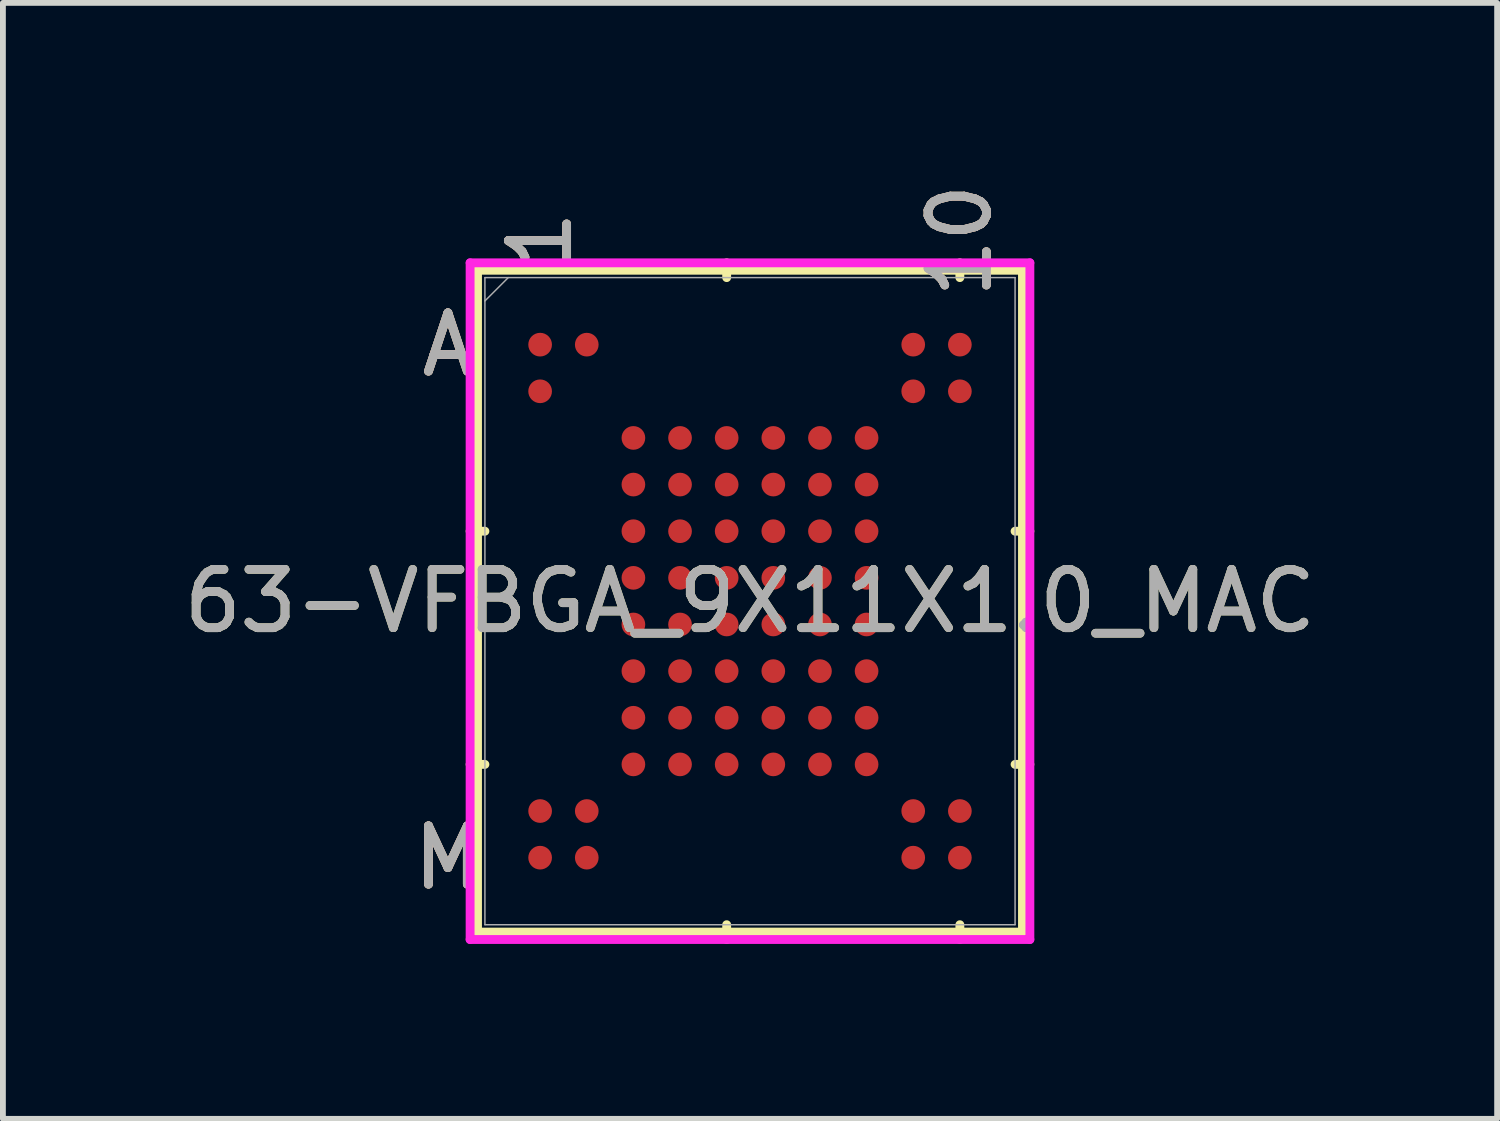
<source format=kicad_pcb>
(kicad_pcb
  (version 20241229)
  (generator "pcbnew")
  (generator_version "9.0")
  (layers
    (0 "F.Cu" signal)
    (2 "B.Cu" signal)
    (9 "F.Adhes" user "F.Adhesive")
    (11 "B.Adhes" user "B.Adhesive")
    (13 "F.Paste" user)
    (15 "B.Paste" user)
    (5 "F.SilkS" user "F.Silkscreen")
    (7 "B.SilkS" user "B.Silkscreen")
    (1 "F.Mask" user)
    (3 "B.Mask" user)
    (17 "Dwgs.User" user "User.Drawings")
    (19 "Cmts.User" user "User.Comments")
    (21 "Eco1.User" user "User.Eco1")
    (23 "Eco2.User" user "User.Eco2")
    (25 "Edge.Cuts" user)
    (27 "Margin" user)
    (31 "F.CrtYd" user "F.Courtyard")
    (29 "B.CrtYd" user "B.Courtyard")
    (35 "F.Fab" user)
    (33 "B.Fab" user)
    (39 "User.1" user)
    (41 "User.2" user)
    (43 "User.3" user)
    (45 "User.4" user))
  (footprint "63-VFBGA_9X11X1.0_MAC"
    (layer "F.Cu")
    (at 9.815 7.262)
    (property "Reference" "63-VFBGA_9X11X1.0_MAC" (at 0 0 0) (unlocked yes) (layer "F.SilkS") (effects (font (size 1 1) (thickness 0.15))))
    (attr smd)
    (fp_line (start -4.674 -5.677) (end -4.674 5.677) (stroke (width 0.152) (type solid)) (layer "F.SilkS"))
    (fp_line (start -4.674 5.677) (end 4.674 5.677) (stroke (width 0.152) (type solid)) (layer "F.SilkS"))
    (fp_line (start -4.547 -1.2) (end -4.801 -1.2) (stroke (width 0.152) (type solid)) (layer "F.SilkS"))
    (fp_line (start -4.547 2.8) (end -4.801 2.8) (stroke (width 0.152) (type solid)) (layer "F.SilkS"))
    (fp_line (start -0.4 -5.55) (end -0.4 -5.804) (stroke (width 0.152) (type solid)) (layer "F.SilkS"))
    (fp_line (start -0.4 5.55) (end -0.4 5.804) (stroke (width 0.152) (type solid)) (layer "F.SilkS"))
    (fp_line (start 3.6 -5.55) (end 3.6 -5.804) (stroke (width 0.152) (type solid)) (layer "F.SilkS"))
    (fp_line (start 3.6 5.55) (end 3.6 5.804) (stroke (width 0.152) (type solid)) (layer "F.SilkS"))
    (fp_line (start 4.547 -1.2) (end 4.801 -1.2) (stroke (width 0.152) (type solid)) (layer "F.SilkS"))
    (fp_line (start 4.547 2.8) (end 4.801 2.8) (stroke (width 0.152) (type solid)) (layer "F.SilkS"))
    (fp_line (start 4.674 -5.677) (end -4.674 -5.677) (stroke (width 0.152) (type solid)) (layer "F.SilkS"))
    (fp_line (start 4.674 5.677) (end 4.674 -5.677) (stroke (width 0.152) (type solid)) (layer "F.SilkS"))
    (fp_line (start -4.801 -5.804) (end 4.801 -5.804) (stroke (width 0.152) (type solid)) (layer "F.CrtYd"))
    (fp_line (start -4.801 5.804) (end -4.801 -5.804) (stroke (width 0.152) (type solid)) (layer "F.CrtYd"))
    (fp_line (start 4.801 -5.804) (end 4.801 5.804) (stroke (width 0.152) (type solid)) (layer "F.CrtYd"))
    (fp_line (start 4.801 5.804) (end -4.801 5.804) (stroke (width 0.152) (type solid)) (layer "F.CrtYd"))
    (fp_line (start -4.547 -5.55) (end -4.547 5.55) (stroke (width 0.025) (type solid)) (layer "F.Fab"))
    (fp_line (start -4.547 5.55) (end 4.547 5.55) (stroke (width 0.025) (type solid)) (layer "F.Fab"))
    (fp_line (start -4.147 -5.55) (end -4.547 -5.15) (stroke (width 0.025) (type solid)) (layer "F.Fab"))
    (fp_line (start 4.547 -5.55) (end -4.547 -5.55) (stroke (width 0.025) (type solid)) (layer "F.Fab"))
    (fp_line (start 4.547 5.55) (end 4.547 -5.55) (stroke (width 0.025) (type solid)) (layer "F.Fab"))
    (fp_text user "A" (at -5.182 -4.4 0) (unlocked yes) (layer "F.SilkS") (effects (font (size 1 1) (thickness 0.15))))
    (fp_text user "10" (at 3.6 -6.185 90) (unlocked yes) (layer "F.SilkS") (effects (font (size 1 1) (thickness 0.15))))
    (fp_text user "M" (at -5.182 4.4 0) (unlocked yes) (layer "F.SilkS") (effects (font (size 1 1) (thickness 0.15))))
    (fp_text user "1" (at -3.6 -6.185 90) (unlocked yes) (layer "F.SilkS") (effects (font (size 1 1) (thickness 0.15))))
    (fp_text user "10" (at 3.6 -6.185 90) (unlocked yes) (layer "B.SilkS") (effects (font (size 1 1) (thickness 0.15))))
    (fp_text user "M" (at -5.182 4.4 0) (unlocked yes) (layer "B.SilkS") (effects (font (size 1 1) (thickness 0.15))))
    (fp_text user "A" (at -5.182 -4.4 0) (unlocked yes) (layer "B.SilkS") (effects (font (size 1 1) (thickness 0.15))))
    (fp_text user "1" (at -3.6 -6.185 90) (unlocked yes) (layer "B.SilkS") (effects (font (size 1 1) (thickness 0.15))))
    (fp_text user "1" (at -3.6 -6.185 90) (unlocked yes) (layer "F.Fab") (effects (font (size 1 1) (thickness 0.15))))
    (fp_text user "${REFERENCE}" (at 0 0 0) (unlocked yes) (layer "F.Fab") (effects (font (size 1 1) (thickness 0.15))))
    (fp_text user "10" (at 3.6 -6.185 90) (unlocked yes) (layer "F.Fab") (effects (font (size 1 1) (thickness 0.15))))
    (fp_text user "M" (at -5.182 4.4 0) (unlocked yes) (layer "F.Fab") (effects (font (size 1 1) (thickness 0.15))))
    (fp_text user "A" (at -5.182 -4.4 0) (unlocked yes) (layer "F.Fab") (effects (font (size 1 1) (thickness 0.15))))
    (pad "A1" smd circle (at -3.6 -4.4) (size 0.406 0.406) (layers "F.Cu" "F.Mask" "F.Paste"))
    (pad "A2" smd circle (at -2.8 -4.4) (size 0.406 0.406) (layers "F.Cu" "F.Mask" "F.Paste"))
    (pad "A9" smd circle (at 2.8 -4.4) (size 0.406 0.406) (layers "F.Cu" "F.Mask" "F.Paste"))
    (pad "A10" smd circle (at 3.6 -4.4) (size 0.406 0.406) (layers "F.Cu" "F.Mask" "F.Paste"))
    (pad "B1" smd circle (at -3.6 -3.6) (size 0.406 0.406) (layers "F.Cu" "F.Mask" "F.Paste"))
    (pad "B9" smd circle (at 2.8 -3.6) (size 0.406 0.406) (layers "F.Cu" "F.Mask" "F.Paste"))
    (pad "B10" smd circle (at 3.6 -3.6) (size 0.406 0.406) (layers "F.Cu" "F.Mask" "F.Paste"))
    (pad "C3" smd circle (at -2 -2.8) (size 0.406 0.406) (layers "F.Cu" "F.Mask" "F.Paste"))
    (pad "C4" smd circle (at -1.2 -2.8) (size 0.406 0.406) (layers "F.Cu" "F.Mask" "F.Paste"))
    (pad "C5" smd circle (at -0.4 -2.8) (size 0.406 0.406) (layers "F.Cu" "F.Mask" "F.Paste"))
    (pad "C6" smd circle (at 0.4 -2.8) (size 0.406 0.406) (layers "F.Cu" "F.Mask" "F.Paste"))
    (pad "C7" smd circle (at 1.2 -2.8) (size 0.406 0.406) (layers "F.Cu" "F.Mask" "F.Paste"))
    (pad "C8" smd circle (at 2 -2.8) (size 0.406 0.406) (layers "F.Cu" "F.Mask" "F.Paste"))
    (pad "D3" smd circle (at -2 -2) (size 0.406 0.406) (layers "F.Cu" "F.Mask" "F.Paste"))
    (pad "D4" smd circle (at -1.2 -2) (size 0.406 0.406) (layers "F.Cu" "F.Mask" "F.Paste"))
    (pad "D5" smd circle (at -0.4 -2) (size 0.406 0.406) (layers "F.Cu" "F.Mask" "F.Paste"))
    (pad "D6" smd circle (at 0.4 -2) (size 0.406 0.406) (layers "F.Cu" "F.Mask" "F.Paste"))
    (pad "D7" smd circle (at 1.2 -2) (size 0.406 0.406) (layers "F.Cu" "F.Mask" "F.Paste"))
    (pad "D8" smd circle (at 2 -2) (size 0.406 0.406) (layers "F.Cu" "F.Mask" "F.Paste"))
    (pad "E3" smd circle (at -2 -1.2) (size 0.406 0.406) (layers "F.Cu" "F.Mask" "F.Paste"))
    (pad "E4" smd circle (at -1.2 -1.2) (size 0.406 0.406) (layers "F.Cu" "F.Mask" "F.Paste"))
    (pad "E5" smd circle (at -0.4 -1.2) (size 0.406 0.406) (layers "F.Cu" "F.Mask" "F.Paste"))
    (pad "E6" smd circle (at 0.4 -1.2) (size 0.406 0.406) (layers "F.Cu" "F.Mask" "F.Paste"))
    (pad "E7" smd circle (at 1.2 -1.2) (size 0.406 0.406) (layers "F.Cu" "F.Mask" "F.Paste"))
    (pad "E8" smd circle (at 2 -1.2) (size 0.406 0.406) (layers "F.Cu" "F.Mask" "F.Paste"))
    (pad "F3" smd circle (at -2 -0.4) (size 0.406 0.406) (layers "F.Cu" "F.Mask" "F.Paste"))
    (pad "F4" smd circle (at -1.2 -0.4) (size 0.406 0.406) (layers "F.Cu" "F.Mask" "F.Paste"))
    (pad "F5" smd circle (at -0.4 -0.4) (size 0.406 0.406) (layers "F.Cu" "F.Mask" "F.Paste"))
    (pad "F6" smd circle (at 0.4 -0.4) (size 0.406 0.406) (layers "F.Cu" "F.Mask" "F.Paste"))
    (pad "F7" smd circle (at 1.2 -0.4) (size 0.406 0.406) (layers "F.Cu" "F.Mask" "F.Paste"))
    (pad "F8" smd circle (at 2 -0.4) (size 0.406 0.406) (layers "F.Cu" "F.Mask" "F.Paste"))
    (pad "G3" smd circle (at -2 0.4) (size 0.406 0.406) (layers "F.Cu" "F.Mask" "F.Paste"))
    (pad "G4" smd circle (at -1.2 0.4) (size 0.406 0.406) (layers "F.Cu" "F.Mask" "F.Paste"))
    (pad "G5" smd circle (at -0.4 0.4) (size 0.406 0.406) (layers "F.Cu" "F.Mask" "F.Paste"))
    (pad "G6" smd circle (at 0.4 0.4) (size 0.406 0.406) (layers "F.Cu" "F.Mask" "F.Paste"))
    (pad "G7" smd circle (at 1.2 0.4) (size 0.406 0.406) (layers "F.Cu" "F.Mask" "F.Paste"))
    (pad "G8" smd circle (at 2 0.4) (size 0.406 0.406) (layers "F.Cu" "F.Mask" "F.Paste"))
    (pad "H3" smd circle (at -2 1.2) (size 0.406 0.406) (layers "F.Cu" "F.Mask" "F.Paste"))
    (pad "H4" smd circle (at -1.2 1.2) (size 0.406 0.406) (layers "F.Cu" "F.Mask" "F.Paste"))
    (pad "H5" smd circle (at -0.4 1.2) (size 0.406 0.406) (layers "F.Cu" "F.Mask" "F.Paste"))
    (pad "H6" smd circle (at 0.4 1.2) (size 0.406 0.406) (layers "F.Cu" "F.Mask" "F.Paste"))
    (pad "H7" smd circle (at 1.2 1.2) (size 0.406 0.406) (layers "F.Cu" "F.Mask" "F.Paste"))
    (pad "H8" smd circle (at 2 1.2) (size 0.406 0.406) (layers "F.Cu" "F.Mask" "F.Paste"))
    (pad "J3" smd circle (at -2 2) (size 0.406 0.406) (layers "F.Cu" "F.Mask" "F.Paste"))
    (pad "J4" smd circle (at -1.2 2) (size 0.406 0.406) (layers "F.Cu" "F.Mask" "F.Paste"))
    (pad "J5" smd circle (at -0.4 2) (size 0.406 0.406) (layers "F.Cu" "F.Mask" "F.Paste"))
    (pad "J6" smd circle (at 0.4 2) (size 0.406 0.406) (layers "F.Cu" "F.Mask" "F.Paste"))
    (pad "J7" smd circle (at 1.2 2) (size 0.406 0.406) (layers "F.Cu" "F.Mask" "F.Paste"))
    (pad "J8" smd circle (at 2 2) (size 0.406 0.406) (layers "F.Cu" "F.Mask" "F.Paste"))
    (pad "K3" smd circle (at -2 2.8) (size 0.406 0.406) (layers "F.Cu" "F.Mask" "F.Paste"))
    (pad "K4" smd circle (at -1.2 2.8) (size 0.406 0.406) (layers "F.Cu" "F.Mask" "F.Paste"))
    (pad "K5" smd circle (at -0.4 2.8) (size 0.406 0.406) (layers "F.Cu" "F.Mask" "F.Paste"))
    (pad "K6" smd circle (at 0.4 2.8) (size 0.406 0.406) (layers "F.Cu" "F.Mask" "F.Paste"))
    (pad "K7" smd circle (at 1.2 2.8) (size 0.406 0.406) (layers "F.Cu" "F.Mask" "F.Paste"))
    (pad "K8" smd circle (at 2 2.8) (size 0.406 0.406) (layers "F.Cu" "F.Mask" "F.Paste"))
    (pad "L1" smd circle (at -3.6 3.6) (size 0.406 0.406) (layers "F.Cu" "F.Mask" "F.Paste"))
    (pad "L2" smd circle (at -2.8 3.6) (size 0.406 0.406) (layers "F.Cu" "F.Mask" "F.Paste"))
    (pad "L9" smd circle (at 2.8 3.6) (size 0.406 0.406) (layers "F.Cu" "F.Mask" "F.Paste"))
    (pad "L10" smd circle (at 3.6 3.6) (size 0.406 0.406) (layers "F.Cu" "F.Mask" "F.Paste"))
    (pad "M1" smd circle (at -3.6 4.4) (size 0.406 0.406) (layers "F.Cu" "F.Mask" "F.Paste"))
    (pad "M2" smd circle (at -2.8 4.4) (size 0.406 0.406) (layers "F.Cu" "F.Mask" "F.Paste"))
    (pad "M9" smd circle (at 2.8 4.4) (size 0.406 0.406) (layers "F.Cu" "F.Mask" "F.Paste"))
    (pad "M10" smd circle (at 3.6 4.4) (size 0.406 0.406) (layers "F.Cu" "F.Mask" "F.Paste")))
  (gr_rect
    (start -3 -3)
    (end 22.631 16.142)
    (stroke (width 0.1) (type default))
    (fill no)
    (layer "Edge.Cuts")))
</source>
